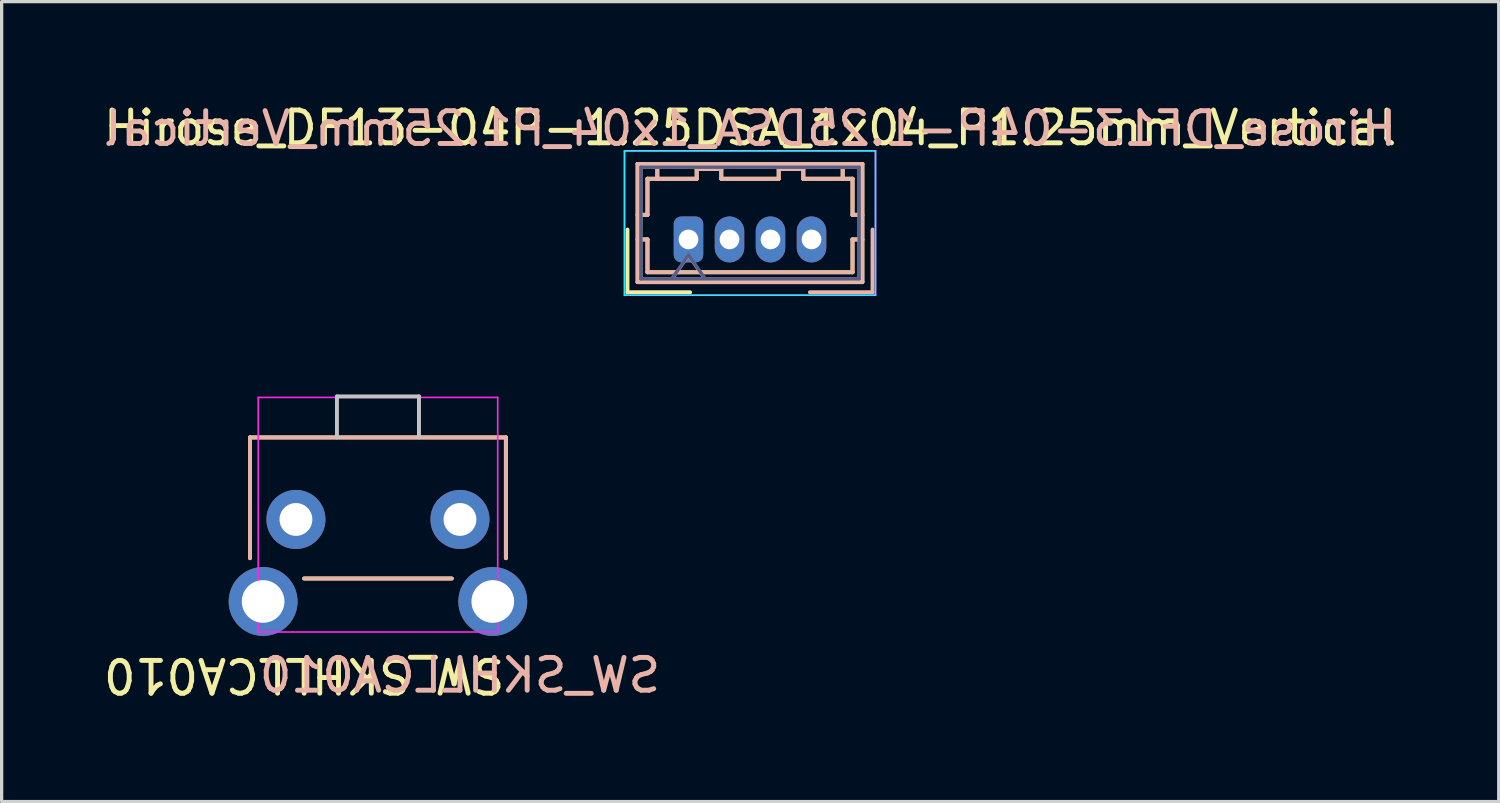
<source format=kicad_pcb>
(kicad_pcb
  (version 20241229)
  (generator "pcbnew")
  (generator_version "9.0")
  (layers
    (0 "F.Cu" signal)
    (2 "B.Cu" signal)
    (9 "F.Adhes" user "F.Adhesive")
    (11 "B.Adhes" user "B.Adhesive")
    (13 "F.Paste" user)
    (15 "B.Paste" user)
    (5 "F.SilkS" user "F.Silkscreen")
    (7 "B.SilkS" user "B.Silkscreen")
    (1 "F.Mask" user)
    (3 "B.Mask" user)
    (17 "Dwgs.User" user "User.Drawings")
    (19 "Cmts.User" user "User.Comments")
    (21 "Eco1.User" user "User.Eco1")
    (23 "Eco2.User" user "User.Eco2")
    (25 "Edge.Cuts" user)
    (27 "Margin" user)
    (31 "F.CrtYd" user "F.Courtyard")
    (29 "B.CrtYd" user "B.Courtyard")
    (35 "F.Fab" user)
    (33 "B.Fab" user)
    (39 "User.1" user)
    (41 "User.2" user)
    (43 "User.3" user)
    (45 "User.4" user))
  (footprint "Hirose_DF13-04P-1.25DSA_1x04_P1.25mm_Vertical"
    (layer "F.Cu")
    (at 17.935 4.248)
    (property "Reference" "Hirose_DF13-04P-1.25DSA_1x04_P1.25mm_Vertical" (at 1.88 -3.4 180) (layer "F.SilkS") (effects (font (size 1 1) (thickness 0.15))))
    (attr through_hole)
    (fp_line (start -1.86 -0.3) (end -1.86 1.61) (stroke (width 0.12) (type solid)) (layer "F.SilkS"))
    (fp_line (start -1.86 1.61) (end 0.05 1.61) (stroke (width 0.12) (type solid)) (layer "F.SilkS"))
    (fp_line (start -1.55 -2.3) (end -1.55 1.3) (stroke (width 0.12) (type solid)) (layer "F.SilkS"))
    (fp_line (start -1.55 -0.75) (end -1.25 -0.75) (stroke (width 0.12) (type solid)) (layer "F.SilkS"))
    (fp_line (start -1.55 0) (end -1.25 0) (stroke (width 0.12) (type solid)) (layer "F.SilkS"))
    (fp_line (start -1.55 1.3) (end 5.3 1.3) (stroke (width 0.12) (type solid)) (layer "F.SilkS"))
    (fp_line (start -1.25 -1.85) (end -0.95 -1.85) (stroke (width 0.12) (type solid)) (layer "F.SilkS"))
    (fp_line (start -1.25 -0.75) (end -1.25 -1.85) (stroke (width 0.12) (type solid)) (layer "F.SilkS"))
    (fp_line (start -1.25 0) (end -1.25 1) (stroke (width 0.12) (type solid)) (layer "F.SilkS"))
    (fp_line (start -1.25 1) (end 5 1) (stroke (width 0.12) (type solid)) (layer "F.SilkS"))
    (fp_line (start -0.95 -1.85) (end -0.95 -2.3) (stroke (width 0.12) (type solid)) (layer "F.SilkS"))
    (fp_line (start -0.95 -1.85) (end 0.25 -1.85) (stroke (width 0.12) (type solid)) (layer "F.SilkS"))
    (fp_line (start 0.25 -2.15) (end 1 -2.15) (stroke (width 0.12) (type solid)) (layer "F.SilkS"))
    (fp_line (start 0.25 -1.85) (end 0.25 -2.15) (stroke (width 0.12) (type solid)) (layer "F.SilkS"))
    (fp_line (start 1 -2.15) (end 1 -1.85) (stroke (width 0.12) (type solid)) (layer "F.SilkS"))
    (fp_line (start 1 -1.85) (end 2.75 -1.85) (stroke (width 0.12) (type solid)) (layer "F.SilkS"))
    (fp_line (start 2.75 -2.15) (end 3.5 -2.15) (stroke (width 0.12) (type solid)) (layer "F.SilkS"))
    (fp_line (start 2.75 -1.85) (end 2.75 -2.15) (stroke (width 0.12) (type solid)) (layer "F.SilkS"))
    (fp_line (start 3.5 -2.15) (end 3.5 -1.85) (stroke (width 0.12) (type solid)) (layer "F.SilkS"))
    (fp_line (start 3.5 -1.85) (end 4.7 -1.85) (stroke (width 0.12) (type solid)) (layer "F.SilkS"))
    (fp_line (start 4.7 -1.85) (end 4.7 -2.3) (stroke (width 0.12) (type solid)) (layer "F.SilkS"))
    (fp_line (start 5 -1.85) (end 4.7 -1.85) (stroke (width 0.12) (type solid)) (layer "F.SilkS"))
    (fp_line (start 5 -0.75) (end 5 -1.85) (stroke (width 0.12) (type solid)) (layer "F.SilkS"))
    (fp_line (start 5 0) (end 5.3 0) (stroke (width 0.12) (type solid)) (layer "F.SilkS"))
    (fp_line (start 5 1) (end 5 0) (stroke (width 0.12) (type solid)) (layer "F.SilkS"))
    (fp_line (start 5.3 -2.3) (end -1.55 -2.3) (stroke (width 0.12) (type solid)) (layer "F.SilkS"))
    (fp_line (start 5.3 -0.75) (end 5 -0.75) (stroke (width 0.12) (type solid)) (layer "F.SilkS"))
    (fp_line (start 5.3 1.3) (end 5.3 -2.3) (stroke (width 0.12) (type solid)) (layer "F.SilkS"))
    (fp_line (start -1.55 -2.3) (end 5.3 -2.3) (stroke (width 0.12) (type solid)) (layer "B.SilkS"))
    (fp_line (start -1.55 -0.75) (end -1.25 -0.75) (stroke (width 0.12) (type solid)) (layer "B.SilkS"))
    (fp_line (start -1.55 1.3) (end -1.55 -2.3) (stroke (width 0.12) (type solid)) (layer "B.SilkS"))
    (fp_line (start -1.25 -1.85) (end -0.95 -1.85) (stroke (width 0.12) (type solid)) (layer "B.SilkS"))
    (fp_line (start -1.25 -0.75) (end -1.25 -1.85) (stroke (width 0.12) (type solid)) (layer "B.SilkS"))
    (fp_line (start -1.25 0) (end -1.55 0) (stroke (width 0.12) (type solid)) (layer "B.SilkS"))
    (fp_line (start -1.25 1) (end -1.25 0) (stroke (width 0.12) (type solid)) (layer "B.SilkS"))
    (fp_line (start -0.95 -1.85) (end -0.95 -2.3) (stroke (width 0.12) (type solid)) (layer "B.SilkS"))
    (fp_line (start 0.25 -2.15) (end 0.25 -1.85) (stroke (width 0.12) (type solid)) (layer "B.SilkS"))
    (fp_line (start 0.25 -1.85) (end -0.95 -1.85) (stroke (width 0.12) (type solid)) (layer "B.SilkS"))
    (fp_line (start 1 -2.15) (end 0.25 -2.15) (stroke (width 0.12) (type solid)) (layer "B.SilkS"))
    (fp_line (start 1 -1.85) (end 1 -2.15) (stroke (width 0.12) (type solid)) (layer "B.SilkS"))
    (fp_line (start 2.75 -2.15) (end 2.75 -1.85) (stroke (width 0.12) (type solid)) (layer "B.SilkS"))
    (fp_line (start 2.75 -1.85) (end 1 -1.85) (stroke (width 0.12) (type solid)) (layer "B.SilkS"))
    (fp_line (start 3.5 -2.15) (end 2.75 -2.15) (stroke (width 0.12) (type solid)) (layer "B.SilkS"))
    (fp_line (start 3.5 -1.85) (end 3.5 -2.15) (stroke (width 0.12) (type solid)) (layer "B.SilkS"))
    (fp_line (start 4.7 -1.85) (end 3.5 -1.85) (stroke (width 0.12) (type solid)) (layer "B.SilkS"))
    (fp_line (start 4.7 -1.85) (end 4.7 -2.3) (stroke (width 0.12) (type solid)) (layer "B.SilkS"))
    (fp_line (start 5 -1.85) (end 4.7 -1.85) (stroke (width 0.12) (type solid)) (layer "B.SilkS"))
    (fp_line (start 5 -0.75) (end 5 -1.85) (stroke (width 0.12) (type solid)) (layer "B.SilkS"))
    (fp_line (start 5 0) (end 5 1) (stroke (width 0.12) (type solid)) (layer "B.SilkS"))
    (fp_line (start 5 1) (end -1.25 1) (stroke (width 0.12) (type solid)) (layer "B.SilkS"))
    (fp_line (start 5.3 -2.3) (end 5.3 1.3) (stroke (width 0.12) (type solid)) (layer "B.SilkS"))
    (fp_line (start 5.3 -0.75) (end 5 -0.75) (stroke (width 0.12) (type solid)) (layer "B.SilkS"))
    (fp_line (start 5.3 0) (end 5 0) (stroke (width 0.12) (type solid)) (layer "B.SilkS"))
    (fp_line (start 5.3 1.3) (end -1.55 1.3) (stroke (width 0.12) (type solid)) (layer "B.SilkS"))
    (fp_line (start 5.61 -0.3) (end 5.61 1.61) (stroke (width 0.12) (type solid)) (layer "B.SilkS"))
    (fp_line (start 5.61 1.61) (end 3.7 1.61) (stroke (width 0.12) (type solid)) (layer "B.SilkS"))
    (fp_line (start -1.95 -2.7) (end 5.7 -2.7) (stroke (width 0.05) (type solid)) (layer "B.CrtYd"))
    (fp_line (start -1.95 1.7) (end -1.95 -2.7) (stroke (width 0.05) (type solid)) (layer "B.CrtYd"))
    (fp_line (start 5.7 -2.7) (end 5.7 1.7) (stroke (width 0.05) (type solid)) (layer "B.CrtYd"))
    (fp_line (start 5.7 1.7) (end -1.95 1.7) (stroke (width 0.05) (type solid)) (layer "B.CrtYd"))
    (fp_line (start -1.95 -2.7) (end -1.95 1.7) (stroke (width 0.05) (type solid)) (layer "F.CrtYd"))
    (fp_line (start -1.95 1.7) (end 5.7 1.7) (stroke (width 0.05) (type solid)) (layer "F.CrtYd"))
    (fp_line (start 5.7 -2.7) (end -1.95 -2.7) (stroke (width 0.05) (type solid)) (layer "F.CrtYd"))
    (fp_line (start 5.7 1.7) (end 5.7 -2.7) (stroke (width 0.05) (type solid)) (layer "F.CrtYd"))
    (fp_line (start -1.45 -2.2) (end 5.2 -2.2) (stroke (width 0.1) (type solid)) (layer "B.Fab"))
    (fp_line (start -1.45 1.2) (end -1.45 -2.2) (stroke (width 0.1) (type solid)) (layer "B.Fab"))
    (fp_line (start 0 0.476) (end -0.5 1.184) (stroke (width 0.1) (type solid)) (layer "B.Fab"))
    (fp_line (start 0.5 1.184) (end 0 0.476) (stroke (width 0.1) (type solid)) (layer "B.Fab"))
    (fp_line (start 5.2 -2.2) (end 5.2 1.2) (stroke (width 0.1) (type solid)) (layer "B.Fab"))
    (fp_line (start 5.2 1.2) (end -1.45 1.2) (stroke (width 0.1) (type solid)) (layer "B.Fab"))
    (fp_line (start -1.45 -2.2) (end -1.45 1.2) (stroke (width 0.1) (type solid)) (layer "F.Fab"))
    (fp_line (start -1.45 1.2) (end 5.2 1.2) (stroke (width 0.1) (type solid)) (layer "F.Fab"))
    (fp_line (start -0.5 1.2) (end 0 0.493) (stroke (width 0.1) (type solid)) (layer "F.Fab"))
    (fp_line (start 0 0.493) (end 0.5 1.2) (stroke (width 0.1) (type solid)) (layer "F.Fab"))
    (fp_line (start 5.2 -2.2) (end -1.45 -2.2) (stroke (width 0.1) (type solid)) (layer "F.Fab"))
    (fp_line (start 5.2 1.2) (end 5.2 -2.2) (stroke (width 0.1) (type solid)) (layer "F.Fab"))
    (fp_text user "${REFERENCE}" (at 1.88 -3.38 180) (layer "B.SilkS") (effects (font (size 1 1) (thickness 0.15)) (justify mirror)))
    (pad "1" thru_hole roundrect (at 0 0) (size 0.9 1.4) (drill 0.6) (layers "*.Cu" "*.Mask") (roundrect_rratio 0.25))
    (pad "2" thru_hole oval (at 1.25 0) (size 0.9 1.4) (drill 0.6) (layers "*.Cu" "*.Mask"))
    (pad "3" thru_hole oval (at 2.5 0) (size 0.9 1.4) (drill 0.6) (layers "*.Cu" "*.Mask"))
    (pad "4" thru_hole oval (at 3.75 0) (size 0.9 1.4) (drill 0.6) (layers "*.Cu" "*.Mask")))
  (footprint "SW_SKHLLCA010"
    (layer "F.Cu")
    (at 8.47 14.033)
    (property "Reference" "SW_SKHLLCA010" (at -2.25 3.5 180) (unlocked yes) (layer "F.SilkS") (effects (font (size 1 1) (thickness 0.15))))
    (attr through_hole)
    (fp_line (start -3.9 -3.75) (end 3.9 -3.75) (stroke (width 0.12) (type solid)) (layer "F.SilkS"))
    (fp_line (start -3.9 -0.07) (end -3.9 -3.75) (stroke (width 0.12) (type solid)) (layer "F.SilkS"))
    (fp_line (start -2.25 0.55) (end 2.25 0.55) (stroke (width 0.12) (type solid)) (layer "F.SilkS"))
    (fp_line (start 3.9 -0.07) (end 3.9 -3.75) (stroke (width 0.12) (type solid)) (layer "F.SilkS"))
    (fp_line (start -3.9 -0.07) (end -3.9 -3.75) (stroke (width 0.12) (type solid)) (layer "B.SilkS"))
    (fp_line (start 2.25 0.55) (end -2.25 0.55) (stroke (width 0.12) (type solid)) (layer "B.SilkS"))
    (fp_line (start 3.9 -3.75) (end -3.9 -3.75) (stroke (width 0.12) (type solid)) (layer "B.SilkS"))
    (fp_line (start 3.9 -0.07) (end 3.9 -3.75) (stroke (width 0.12) (type solid)) (layer "B.SilkS"))
    (fp_line (start -1.25 -5) (end 1.25 -5) (stroke (width 0.12) (type solid)) (layer "Dwgs.User"))
    (fp_line (start -1.25 -3.75) (end -1.25 -5) (stroke (width 0.12) (type solid)) (layer "Dwgs.User"))
    (fp_line (start 1.25 -3.75) (end 1.25 -5) (stroke (width 0.12) (type solid)) (layer "Dwgs.User"))
    (fp_line (start -3.65 -4.97) (end -3.65 2.18) (stroke (width 0.05) (type solid)) (layer "F.CrtYd"))
    (fp_line (start -3.65 -4.97) (end 3.65 -4.97) (stroke (width 0.05) (type solid)) (layer "F.CrtYd"))
    (fp_line (start -3.65 2.18) (end 3.65 2.18) (stroke (width 0.05) (type solid)) (layer "F.CrtYd"))
    (fp_line (start 3.65 -4.97) (end 3.65 2.18) (stroke (width 0.05) (type solid)) (layer "F.CrtYd"))
    (fp_text user "${REFERENCE}" (at 2.5 3.5 0) (layer "B.SilkS") (effects (font (size 1 1) (thickness 0.15)) (justify mirror)))
    (pad "1" thru_hole circle (at 2.5 -1.25 180) (size 1.8 1.8) (drill 1) (layers "*.Cu" "B.Mask"))
    (pad "2" thru_hole circle (at -2.5 -1.25 180) (size 1.8 1.8) (drill 1) (layers "*.Cu" "B.Mask"))
    (pad "MP" thru_hole circle (at -3.5 1.25 180) (size 2.1 2.1) (drill 1.3) (layers "*.Cu" "*.Mask"))
    (pad "MP" thru_hole circle (at 3.5 1.25 180) (size 2.1 2.1) (drill 1.3) (layers "*.Cu" "*.Mask")))
  (gr_rect
    (start -3 -3)
    (end 42.631 21.381)
    (stroke (width 0.1) (type default))
    (fill no)
    (layer "Edge.Cuts")))
</source>
